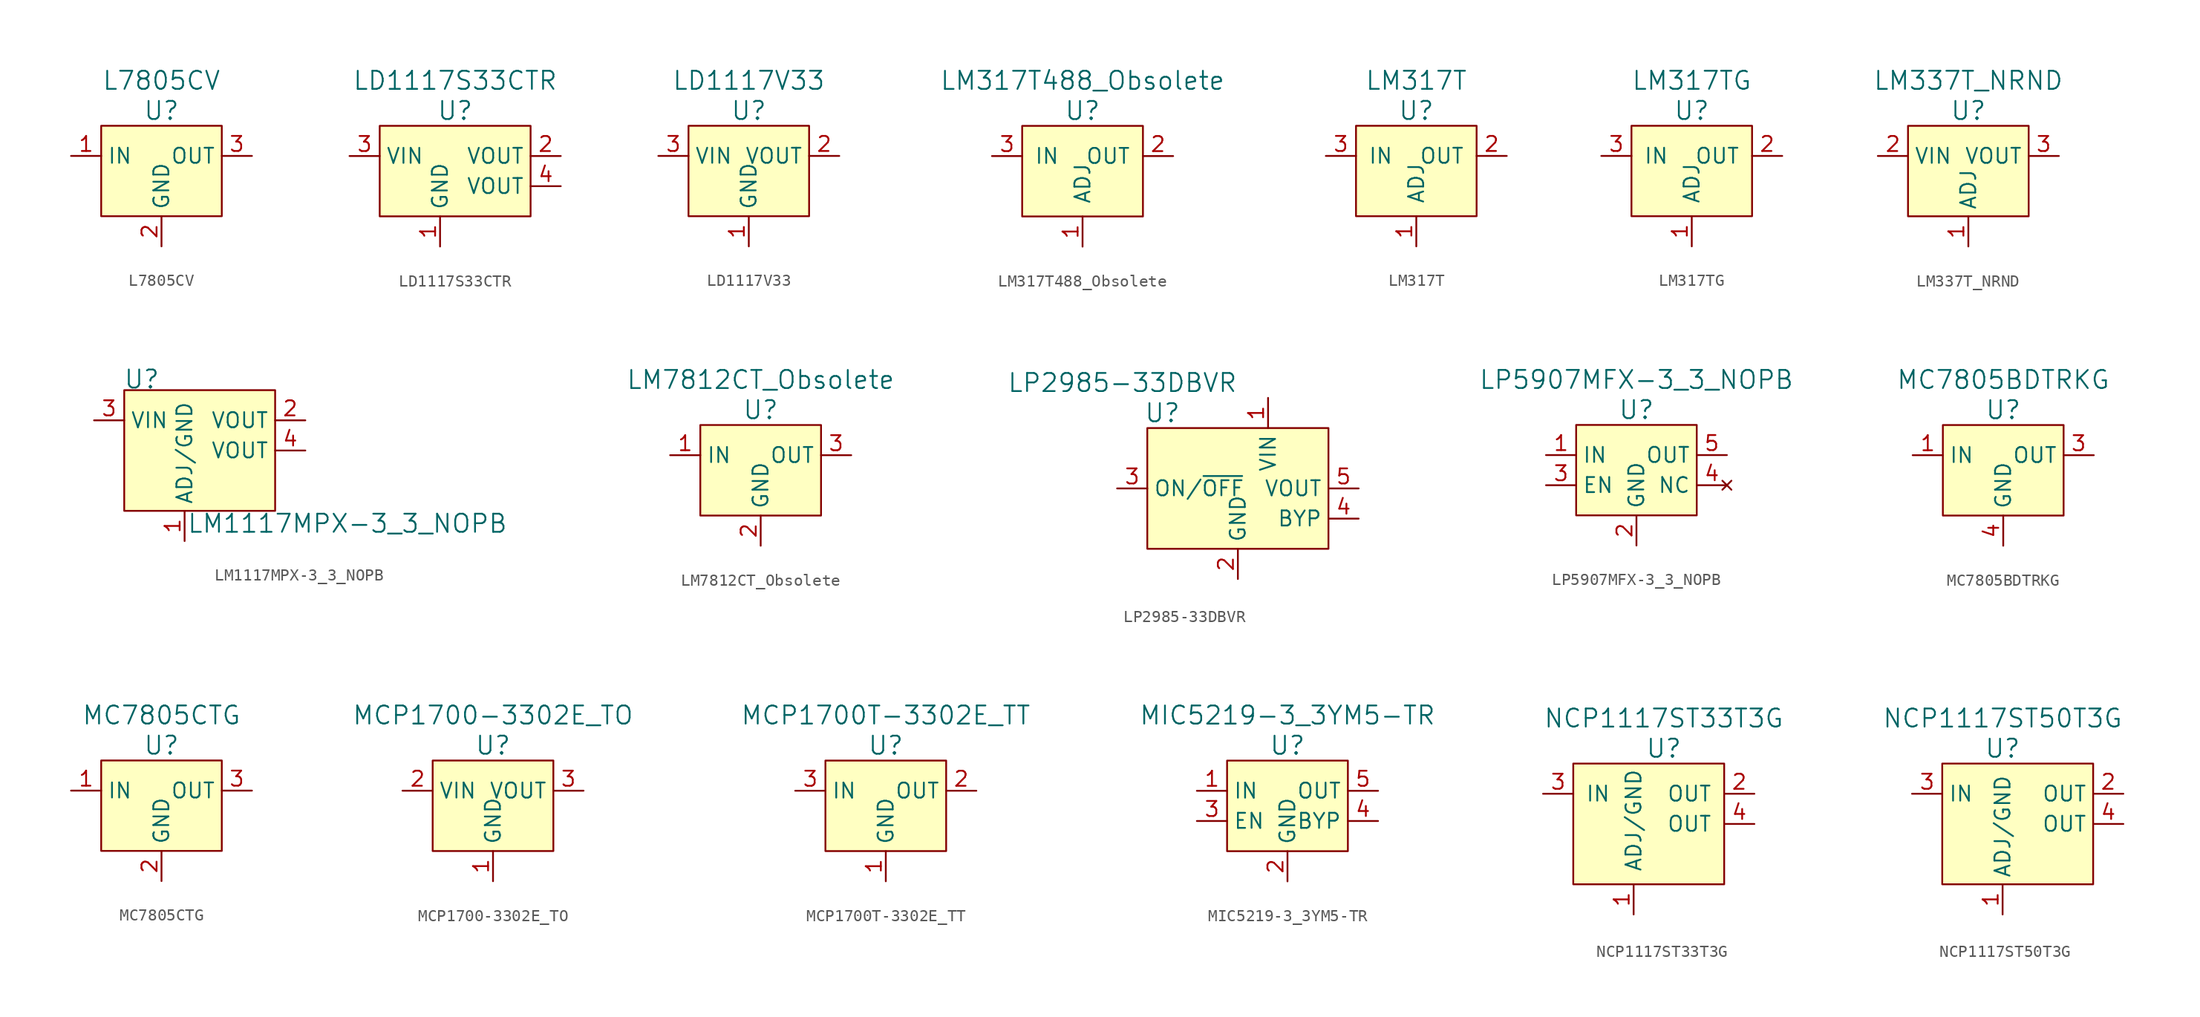
<source format=kicad_sym>
(kicad_symbol_lib
  (version 20211014)
  (generator kicad_symbol_editor)
  (symbol "L7805CV"
    (property "Reference" "U"
      (at 0 3.81 0)
      (effects (font (size 1.524 1.524))))
    (property "Value" "L7805CV"
      (at 0 6.35 0)
      (effects (font (size 1.524 1.524))))
    (symbol "L7805CV_1_1"
      (rectangle (start -5.08 2.54) (end 5.08 -5.08) (stroke (width 0) (type default) (color 0 0 0 0)) (fill (type background)))
      (pin power_in line (at -7.62 0 0) (length 2.54) (name "IN" (effects (font (size 1.27 1.27)))) (number "1" (effects (font (size 1.27 1.27)))))
      (pin power_in line (at 0 -7.62 90) (length 2.54) (name "GND" (effects (font (size 1.27 1.27)))) (number "2" (effects (font (size 1.27 1.27)))))
      (pin power_out line (at 7.62 0 180) (length 2.54) (name "OUT" (effects (font (size 1.27 1.27)))) (number "3" (effects (font (size 1.27 1.27)))))))
  (symbol "LD1117S33CTR"
    (property "Reference" "U"
      (at 1.27 3.81 0)
      (effects (font (size 1.524 1.524))))
    (property "Value" "LD1117S33CTR"
      (at 1.27 6.35 0)
      (effects (font (size 1.524 1.524))))
    (symbol "LD1117S33CTR_1_1"
      (rectangle (start -5.08 2.54) (end 7.62 -5.08) (stroke (width 0) (type default) (color 0 0 0 0)) (fill (type background)))
      (pin power_in line (at 0 -7.62 90) (length 2.54) (name "GND" (effects (font (size 1.27 1.27)))) (number "1" (effects (font (size 1.27 1.27)))))
      (pin power_out line (at 10.16 0 180) (length 2.54) (name "VOUT" (effects (font (size 1.27 1.27)))) (number "2" (effects (font (size 1.27 1.27)))))
      (pin power_in line (at -7.62 0 0) (length 2.54) (name "VIN" (effects (font (size 1.27 1.27)))) (number "3" (effects (font (size 1.27 1.27)))))
      (pin power_out line (at 10.16 -2.54 180) (length 2.54) (name "VOUT" (effects (font (size 1.27 1.27)))) (number "4" (effects (font (size 1.27 1.27)))))))
  (symbol "LD1117V33"
    (property "Reference" "U"
      (at 0 3.81 0)
      (effects (font (size 1.524 1.524))))
    (property "Value" "LD1117V33"
      (at 0 6.35 0)
      (effects (font (size 1.524 1.524))))
    (symbol "LD1117V33_1_1"
      (rectangle (start -5.08 2.54) (end 5.08 -5.08) (stroke (width 0) (type default) (color 0 0 0 0)) (fill (type background)))
      (pin power_in line (at 0 -7.62 90) (length 2.54) (name "GND" (effects (font (size 1.27 1.27)))) (number "1" (effects (font (size 1.27 1.27)))))
      (pin power_out line (at 7.62 0 180) (length 2.54) (name "VOUT" (effects (font (size 1.27 1.27)))) (number "2" (effects (font (size 1.27 1.27)))))
      (pin power_in line (at -7.62 0 0) (length 2.54) (name "VIN" (effects (font (size 1.27 1.27)))) (number "3" (effects (font (size 1.27 1.27)))))))
  (symbol "LM317T488_Obsolete"
    (pin_names
      (offset 1.016))
    (property "Reference" "U"
      (at 0 3.81 0)
      (effects (font (size 1.524 1.524))))
    (property "Value" "LM317T488_Obsolete"
      (at 0 6.35 0)
      (effects (font (size 1.524 1.524))))
    (symbol "LM317T488_Obsolete_0_1"
      (rectangle (start -5.08 2.54) (end 5.08 -5.08) (stroke (width 0) (type default) (color 0 0 0 0)) (fill (type background))))
    (symbol "LM317T488_Obsolete_1_1"
      (pin input line (at 0 -7.62 90) (length 2.54) (name "ADJ" (effects (font (size 1.27 1.27)))) (number "1" (effects (font (size 1.27 1.27)))))
      (pin power_out line (at 7.62 0 180) (length 2.54) (name "OUT" (effects (font (size 1.27 1.27)))) (number "2" (effects (font (size 1.27 1.27)))))
      (pin power_in line (at -7.62 0 0) (length 2.54) (name "IN" (effects (font (size 1.27 1.27)))) (number "3" (effects (font (size 1.27 1.27)))))))
  (symbol "LM317T"
    (pin_names
      (offset 1.016))
    (property "Reference" "U"
      (at 0 3.81 0)
      (effects (font (size 1.524 1.524))))
    (property "Value" "LM317T"
      (at 0 6.35 0)
      (effects (font (size 1.524 1.524))))
    (symbol "LM317T_0_1"
      (rectangle (start -5.08 2.54) (end 5.08 -5.08) (stroke (width 0) (type default) (color 0 0 0 0)) (fill (type background))))
    (symbol "LM317T_1_1"
      (pin input line (at 0 -7.62 90) (length 2.54) (name "ADJ" (effects (font (size 1.27 1.27)))) (number "1" (effects (font (size 1.27 1.27)))))
      (pin power_out line (at 7.62 0 180) (length 2.54) (name "OUT" (effects (font (size 1.27 1.27)))) (number "2" (effects (font (size 1.27 1.27)))))
      (pin power_in line (at -7.62 0 0) (length 2.54) (name "IN" (effects (font (size 1.27 1.27)))) (number "3" (effects (font (size 1.27 1.27)))))))
  (symbol "LM317TG"
    (pin_names
      (offset 1.016))
    (property "Reference" "U"
      (at 0 3.81 0)
      (effects (font (size 1.524 1.524))))
    (property "Value" "LM317TG"
      (at 0 6.35 0)
      (effects (font (size 1.524 1.524))))
    (symbol "LM317TG_0_1"
      (rectangle (start -5.08 2.54) (end 5.08 -5.08) (stroke (width 0) (type default) (color 0 0 0 0)) (fill (type background))))
    (symbol "LM317TG_1_1"
      (pin input line (at 0 -7.62 90) (length 2.54) (name "ADJ" (effects (font (size 1.27 1.27)))) (number "1" (effects (font (size 1.27 1.27)))))
      (pin power_out line (at 7.62 0 180) (length 2.54) (name "OUT" (effects (font (size 1.27 1.27)))) (number "2" (effects (font (size 1.27 1.27)))))
      (pin power_in line (at -7.62 0 0) (length 2.54) (name "IN" (effects (font (size 1.27 1.27)))) (number "3" (effects (font (size 1.27 1.27)))))))
  (symbol "LM337T_NRND"
    (property "Reference" "U"
      (at 0 3.81 0)
      (effects (font (size 1.524 1.524))))
    (property "Value" "LM337T_NRND"
      (at 0 6.35 0)
      (effects (font (size 1.524 1.524))))
    (symbol "LM337T_NRND_0_1"
      (rectangle (start -5.08 2.54) (end 5.08 -5.08) (stroke (width 0) (type default) (color 0 0 0 0)) (fill (type background))))
    (symbol "LM337T_NRND_1_1"
      (pin input line (at 0 -7.62 90) (length 2.54) (name "ADJ" (effects (font (size 1.27 1.27)))) (number "1" (effects (font (size 1.27 1.27)))))
      (pin power_in line (at -7.62 0 0) (length 2.54) (name "VIN" (effects (font (size 1.27 1.27)))) (number "2" (effects (font (size 1.27 1.27)))))
      (pin power_out line (at 7.62 0 180) (length 2.54) (name "VOUT" (effects (font (size 1.27 1.27)))) (number "3" (effects (font (size 1.27 1.27)))))))
  (symbol "LM1117MPX-3_3_NOPB"
    (property "Reference" "U"
      (at -7.696 3.454 0)
      (effects (font (size 1.524 1.524)) (justify left)))
    (property "Value" "LM1117MPX-3_3_NOPB"
      (at -2.362 -8.687 0)
      (effects (font (size 1.524 1.524)) (justify left)))
    (symbol "LM1117MPX-3_3_NOPB_0_1"
      (rectangle (start 5.08 2.54) (end -7.62 -7.62) (stroke (width 0) (type default) (color 0 0 0 0)) (fill (type background))))
    (symbol "LM1117MPX-3_3_NOPB_1_1"
      (pin power_in line (at -2.54 -10.16 90) (length 2.54) (name "ADJ/GND" (effects (font (size 1.27 1.27)))) (number "1" (effects (font (size 1.27 1.27)))))
      (pin power_out line (at 7.62 0 180) (length 2.54) (name "VOUT" (effects (font (size 1.27 1.27)))) (number "2" (effects (font (size 1.27 1.27)))))
      (pin power_in line (at -10.16 0 0) (length 2.54) (name "VIN" (effects (font (size 1.27 1.27)))) (number "3" (effects (font (size 1.27 1.27)))))
      (pin power_out line (at 7.62 -2.54 180) (length 2.54) (name "VOUT" (effects (font (size 1.27 1.27)))) (number "4" (effects (font (size 1.27 1.27)))))))
  (symbol "LM7812CT_Obsolete"
    (property "Reference" "U"
      (at 0 3.81 0)
      (effects (font (size 1.524 1.524))))
    (property "Value" "LM7812CT_Obsolete"
      (at 0 6.35 0)
      (effects (font (size 1.524 1.524))))
    (symbol "LM7812CT_Obsolete_0_1"
      (rectangle (start -5.08 2.54) (end 5.08 -5.08) (stroke (width 0) (type default) (color 0 0 0 0)) (fill (type background))))
    (symbol "LM7812CT_Obsolete_1_1"
      (pin power_in line (at -7.62 0 0) (length 2.54) (name "IN" (effects (font (size 1.27 1.27)))) (number "1" (effects (font (size 1.27 1.27)))))
      (pin power_in line (at 0 -7.62 90) (length 2.54) (name "GND" (effects (font (size 1.27 1.27)))) (number "2" (effects (font (size 1.27 1.27)))))
      (pin power_out line (at 7.62 0 180) (length 2.54) (name "OUT" (effects (font (size 1.27 1.27)))) (number "3" (effects (font (size 1.27 1.27)))))))
  (symbol "LP2985-33DBVR"
    (property "Reference" "U"
      (at -6.35 6.35 0)
      (effects (font (size 1.524 1.524))))
    (property "Value" "LP2985-33DBVR"
      (at 0 8.89 0)
      (effects (font (size 1.524 1.524)) (justify right)))
    (symbol "LP2985-33DBVR_0_1"
      (rectangle (start -7.62 5.08) (end 7.62 -5.08) (stroke (width 0) (type default) (color 0 0 0 0)) (fill (type background))))
    (symbol "LP2985-33DBVR_1_1"
      (pin power_in line (at 2.54 7.62 270) (length 2.54) (name "VIN" (effects (font (size 1.27 1.27)))) (number "1" (effects (font (size 1.27 1.27)))))
      (pin power_in line (at 0 -7.62 90) (length 2.54) (name "GND" (effects (font (size 1.27 1.27)))) (number "2" (effects (font (size 1.27 1.27)))))
      (pin input line (at -10.16 0 0) (length 2.54) (name "ON/~{OFF}" (effects (font (size 1.27 1.27)))) (number "3" (effects (font (size 1.27 1.27)))))
      (pin passive line (at 10.16 -2.54 180) (length 2.54) (name "BYP" (effects (font (size 1.27 1.27)))) (number "4" (effects (font (size 1.27 1.27)))))
      (pin power_out line (at 10.16 0 180) (length 2.54) (name "VOUT" (effects (font (size 1.27 1.27)))) (number "5" (effects (font (size 1.27 1.27)))))))
  (symbol "LP5907MFX-3_3_NOPB"
    (property "Reference" "U"
      (at 0 8.89 0)
      (effects (font (size 1.524 1.524))))
    (property "Value" "LP5907MFX-3_3_NOPB"
      (at 0 11.43 0)
      (effects (font (size 1.524 1.524))))
    (symbol "LP5907MFX-3_3_NOPB_0_1"
      (rectangle (start -5.08 7.62) (end 5.08 0) (stroke (width 0) (type default) (color 0 0 0 0)) (fill (type background))))
    (symbol "LP5907MFX-3_3_NOPB_1_1"
      (pin power_in line (at -7.62 5.08 0) (length 2.54) (name "IN" (effects (font (size 1.27 1.27)))) (number "1" (effects (font (size 1.27 1.27)))))
      (pin power_in line (at 0 -2.54 90) (length 2.54) (name "GND" (effects (font (size 1.27 1.27)))) (number "2" (effects (font (size 1.27 1.27)))))
      (pin input line (at -7.62 2.54 0) (length 2.54) (name "EN" (effects (font (size 1.27 1.27)))) (number "3" (effects (font (size 1.27 1.27)))))
      (pin no_connect line (at 7.62 2.54 180) (length 2.54) (name "NC" (effects (font (size 1.27 1.27)))) (number "4" (effects (font (size 1.27 1.27)))))
      (pin power_out line (at 7.62 5.08 180) (length 2.54) (name "OUT" (effects (font (size 1.27 1.27)))) (number "5" (effects (font (size 1.27 1.27)))))))
  (symbol "MC7805BDTRKG"
    (property "Reference" "U"
      (at 0 3.81 0)
      (effects (font (size 1.524 1.524))))
    (property "Value" "MC7805BDTRKG"
      (at 0 6.35 0)
      (effects (font (size 1.524 1.524))))
    (symbol "MC7805BDTRKG_0_1"
      (rectangle (start -5.08 2.54) (end 5.08 -5.08) (stroke (width 0) (type default) (color 0 0 0 0)) (fill (type background))))
    (symbol "MC7805BDTRKG_1_1"
      (pin input line (at -7.62 0 0) (length 2.54) (name "IN" (effects (font (size 1.27 1.27)))) (number "1" (effects (font (size 1.27 1.27)))))
      (pin output line (at 7.62 0 180) (length 2.54) (name "OUT" (effects (font (size 1.27 1.27)))) (number "3" (effects (font (size 1.27 1.27)))))
      (pin power_in line (at 0 -7.62 90) (length 2.54) (name "GND" (effects (font (size 1.27 1.27)))) (number "4" (effects (font (size 1.27 1.27)))))))
  (symbol "MC7805CTG"
    (property "Reference" "U"
      (at 0 3.81 0)
      (effects (font (size 1.524 1.524))))
    (property "Value" "MC7805CTG"
      (at 0 6.35 0)
      (effects (font (size 1.524 1.524))))
    (symbol "MC7805CTG_0_1"
      (rectangle (start -5.08 2.54) (end 5.08 -5.08) (stroke (width 0) (type default) (color 0 0 0 0)) (fill (type background))))
    (symbol "MC7805CTG_1_1"
      (pin power_in line (at -7.62 0 0) (length 2.54) (name "IN" (effects (font (size 1.27 1.27)))) (number "1" (effects (font (size 1.27 1.27)))))
      (pin power_in line (at 0 -7.62 90) (length 2.54) (name "GND" (effects (font (size 1.27 1.27)))) (number "2" (effects (font (size 1.27 1.27)))))
      (pin power_out line (at 7.62 0 180) (length 2.54) (name "OUT" (effects (font (size 1.27 1.27)))) (number "3" (effects (font (size 1.27 1.27)))))))
  (symbol "MCP1700-3302E_TO"
    (property "Reference" "U"
      (at 0 3.81 0)
      (effects (font (size 1.524 1.524))))
    (property "Value" "MCP1700-3302E_TO"
      (at 0 6.35 0)
      (effects (font (size 1.524 1.524))))
    (symbol "MCP1700-3302E_TO_0_1"
      (rectangle (start -5.08 2.54) (end 5.08 -5.08) (stroke (width 0) (type default) (color 0 0 0 0)) (fill (type background))))
    (symbol "MCP1700-3302E_TO_1_1"
      (pin power_in line (at 0 -7.62 90) (length 2.54) (name "GND" (effects (font (size 1.27 1.27)))) (number "1" (effects (font (size 1.27 1.27)))))
      (pin power_in line (at -7.62 0 0) (length 2.54) (name "VIN" (effects (font (size 1.27 1.27)))) (number "2" (effects (font (size 1.27 1.27)))))
      (pin power_out line (at 7.62 0 180) (length 2.54) (name "VOUT" (effects (font (size 1.27 1.27)))) (number "3" (effects (font (size 1.27 1.27)))))))
  (symbol "MCP1700T-3302E_TT"
    (property "Reference" "U"
      (at 0 3.81 0)
      (effects (font (size 1.524 1.524))))
    (property "Value" "MCP1700T-3302E_TT"
      (at 0 6.35 0)
      (effects (font (size 1.524 1.524))))
    (symbol "MCP1700T-3302E_TT_0_1"
      (rectangle (start -5.08 2.54) (end 5.08 -5.08) (stroke (width 0) (type default) (color 0 0 0 0)) (fill (type background))))
    (symbol "MCP1700T-3302E_TT_1_1"
      (pin power_in line (at 0 -7.62 90) (length 2.54) (name "GND" (effects (font (size 1.27 1.27)))) (number "1" (effects (font (size 1.27 1.27)))))
      (pin power_out line (at 7.62 0 180) (length 2.54) (name "OUT" (effects (font (size 1.27 1.27)))) (number "2" (effects (font (size 1.27 1.27)))))
      (pin power_in line (at -7.62 0 0) (length 2.54) (name "IN" (effects (font (size 1.27 1.27)))) (number "3" (effects (font (size 1.27 1.27)))))))
  (symbol "MIC5219-3_3YM5-TR"
    (property "Reference" "U"
      (at 0 3.81 0)
      (effects (font (size 1.524 1.524))))
    (property "Value" "MIC5219-3_3YM5-TR"
      (at 0 6.35 0)
      (effects (font (size 1.524 1.524))))
    (symbol "MIC5219-3_3YM5-TR_0_1"
      (rectangle (start -5.08 2.54) (end 5.08 -5.08) (stroke (width 0) (type default) (color 0 0 0 0)) (fill (type background))))
    (symbol "MIC5219-3_3YM5-TR_1_1"
      (pin power_in line (at -7.62 0 0) (length 2.54) (name "IN" (effects (font (size 1.27 1.27)))) (number "1" (effects (font (size 1.27 1.27)))))
      (pin power_in line (at 0 -7.62 90) (length 2.54) (name "GND" (effects (font (size 1.27 1.27)))) (number "2" (effects (font (size 1.27 1.27)))))
      (pin input line (at -7.62 -2.54 0) (length 2.54) (name "EN" (effects (font (size 1.27 1.27)))) (number "3" (effects (font (size 1.27 1.27)))))
      (pin passive line (at 7.62 -2.54 180) (length 2.54) (name "BYP" (effects (font (size 1.27 1.27)))) (number "4" (effects (font (size 1.27 1.27)))))
      (pin power_out line (at 7.62 0 180) (length 2.54) (name "OUT" (effects (font (size 1.27 1.27)))) (number "5" (effects (font (size 1.27 1.27)))))))
  (symbol "NCP1117ST33T3G"
    (pin_names
      (offset 1.016))
    (property "Reference" "U"
      (at 2.54 3.81 0)
      (effects (font (size 1.524 1.524))))
    (property "Value" "NCP1117ST33T3G"
      (at 2.54 6.35 0)
      (effects (font (size 1.524 1.524))))
    (symbol "NCP1117ST33T3G_0_1"
      (rectangle (start -5.08 2.54) (end 7.62 -7.62) (stroke (width 0) (type default) (color 0 0 0 0)) (fill (type background))))
    (symbol "NCP1117ST33T3G_1_1"
      (pin power_in line (at 0 -10.16 90) (length 2.54) (name "ADJ/GND" (effects (font (size 1.27 1.27)))) (number "1" (effects (font (size 1.27 1.27)))))
      (pin power_out line (at 10.16 0 180) (length 2.54) (name "OUT" (effects (font (size 1.27 1.27)))) (number "2" (effects (font (size 1.27 1.27)))))
      (pin power_in line (at -7.62 0 0) (length 2.54) (name "IN" (effects (font (size 1.27 1.27)))) (number "3" (effects (font (size 1.27 1.27)))))
      (pin power_out line (at 10.16 -2.54 180) (length 2.54) (name "OUT" (effects (font (size 1.27 1.27)))) (number "4" (effects (font (size 1.27 1.27)))))))
  (symbol "NCP1117ST50T3G"
    (property "Reference" "U"
      (at 0 3.81 0)
      (effects (font (size 1.524 1.524))))
    (property "Value" "NCP1117ST50T3G"
      (at 0 6.35 0)
      (effects (font (size 1.524 1.524))))
    (symbol "NCP1117ST50T3G_0_1"
      (rectangle (start -5.08 2.54) (end 7.62 -7.62) (stroke (width 0) (type default) (color 0 0 0 0)) (fill (type background))))
    (symbol "NCP1117ST50T3G_1_1"
      (pin power_in line (at 0 -10.16 90) (length 2.54) (name "ADJ/GND" (effects (font (size 1.27 1.27)))) (number "1" (effects (font (size 1.27 1.27)))))
      (pin power_out line (at 10.16 0 180) (length 2.54) (name "OUT" (effects (font (size 1.27 1.27)))) (number "2" (effects (font (size 1.27 1.27)))))
      (pin power_in line (at -7.62 0 0) (length 2.54) (name "IN" (effects (font (size 1.27 1.27)))) (number "3" (effects (font (size 1.27 1.27)))))
      (pin power_out line (at 10.16 -2.54 180) (length 2.54) (name "OUT" (effects (font (size 1.27 1.27)))) (number "4" (effects (font (size 1.27 1.27))))))))
</source>
